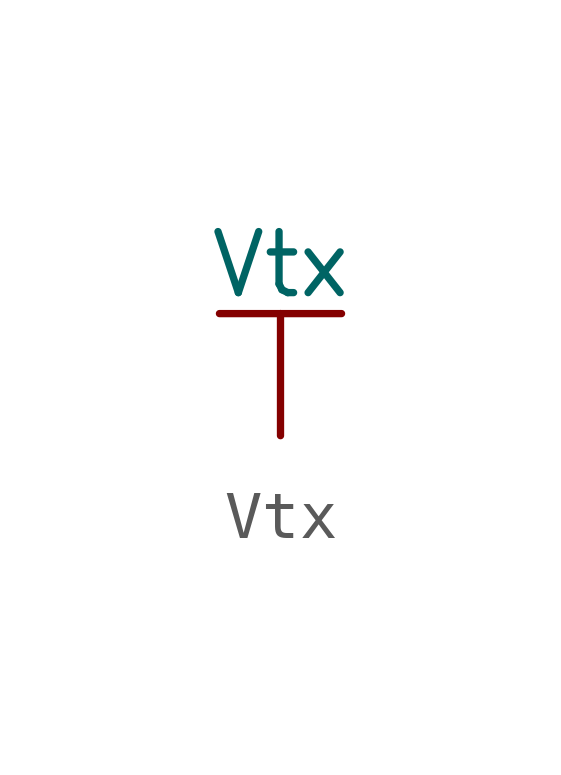
<source format=kicad_sym>
(kicad_symbol_lib
  (version 20231120)
  (generator "kicad_symbol_editor")
  (generator_version "8.0")
  (symbol "Vtx"
    (power)
    (pin_names
      (offset 0))
    (property "Reference" "#PWR"
      (at 0 -3.81 0)
      (effects (font (size 1.27 1.27)) (hide yes)))
    (property "Value" "Vtx"
      (at 0 3.556 0)
      (effects (font (size 1.27 1.27))))
    (symbol "Vtx_0_1"
      (polyline (pts (xy -1.27 2.54) (xy 0 2.54)) (stroke (width 0) (type default)) (fill (type none)))
      (polyline (pts (xy 0 0) (xy 0 2.54)) (stroke (width 0) (type default)) (fill (type none)))
      (polyline (pts (xy 0 2.54) (xy 1.27 2.54)) (stroke (width 0) (type default)) (fill (type none))))
    (symbol "Vtx_1_1"
      (pin power_in line (at 0 0 90) (length 0) hide (name "+5.5V_TX" (effects (font (size 1.27 1.27)))) (number "1" (effects (font (size 1.27 1.27))))))))
</source>
